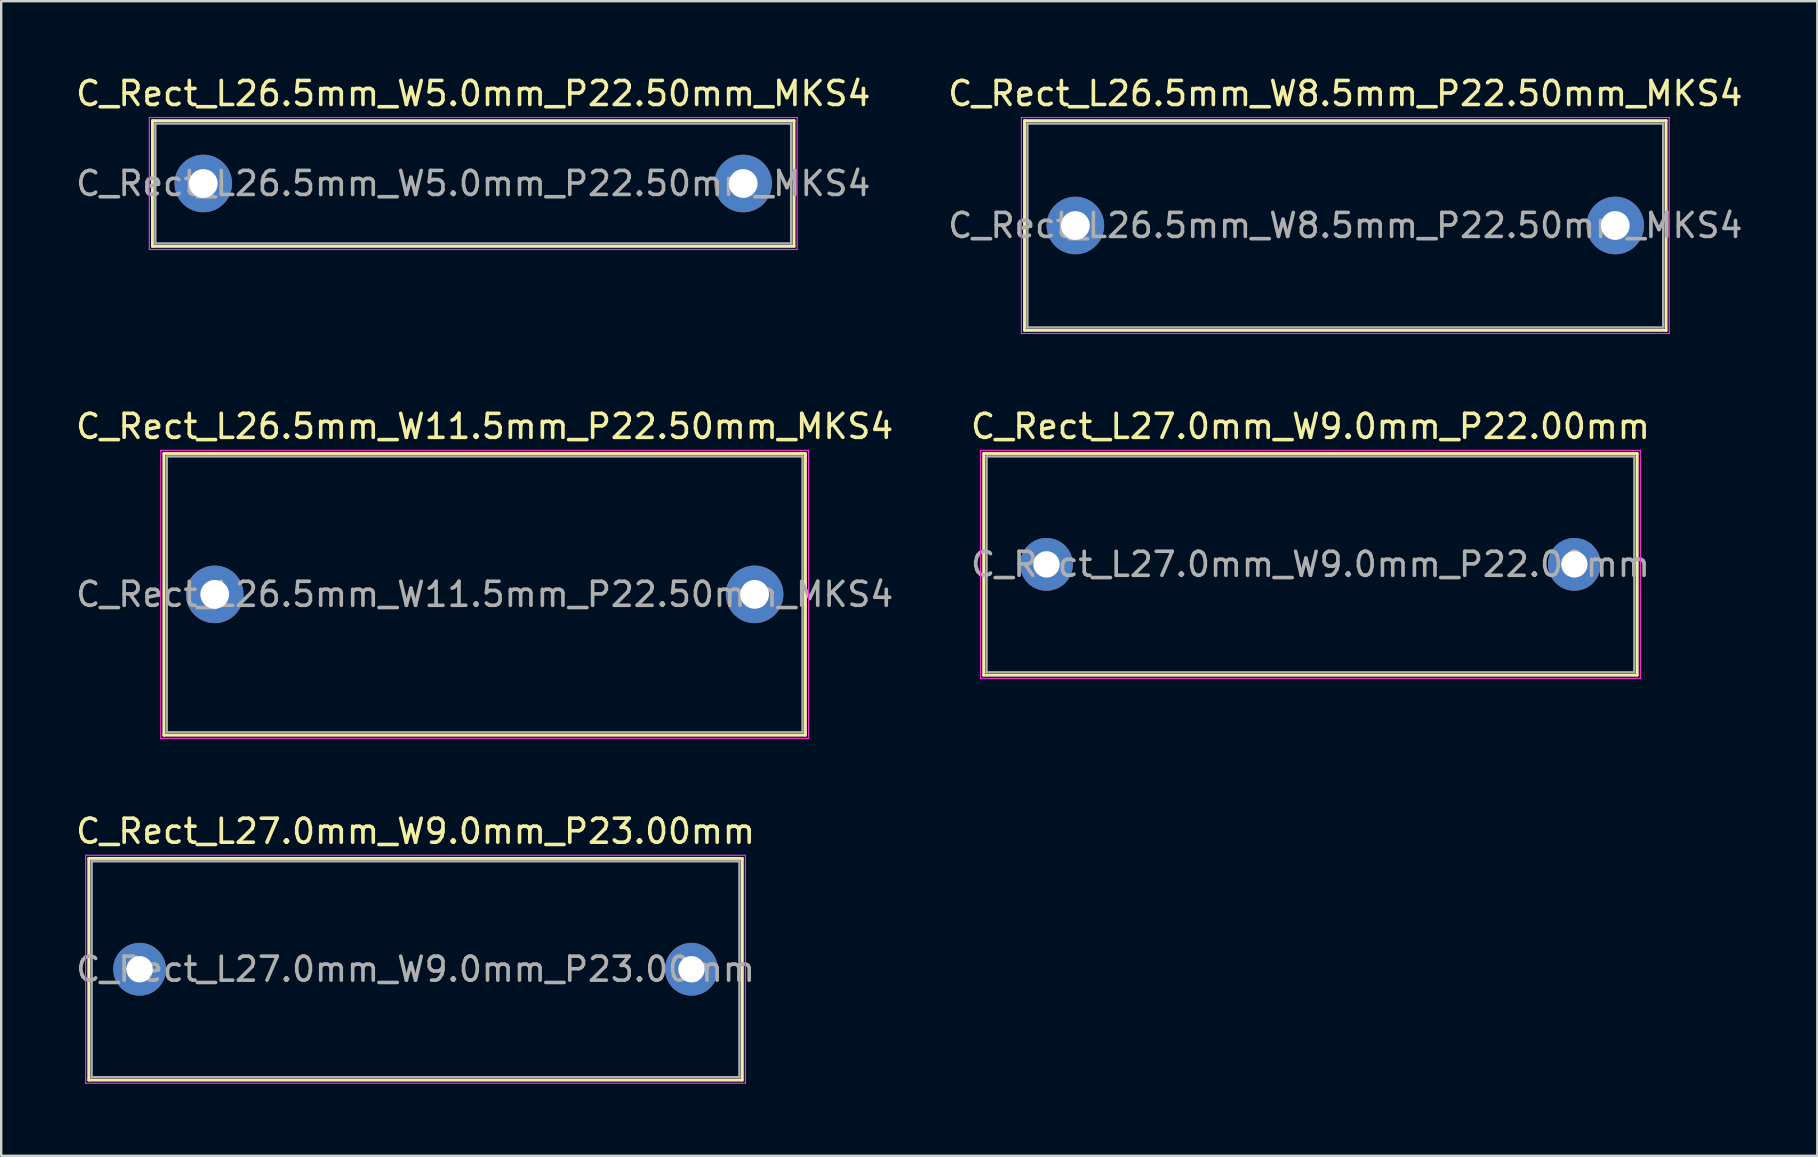
<source format=kicad_pcb>
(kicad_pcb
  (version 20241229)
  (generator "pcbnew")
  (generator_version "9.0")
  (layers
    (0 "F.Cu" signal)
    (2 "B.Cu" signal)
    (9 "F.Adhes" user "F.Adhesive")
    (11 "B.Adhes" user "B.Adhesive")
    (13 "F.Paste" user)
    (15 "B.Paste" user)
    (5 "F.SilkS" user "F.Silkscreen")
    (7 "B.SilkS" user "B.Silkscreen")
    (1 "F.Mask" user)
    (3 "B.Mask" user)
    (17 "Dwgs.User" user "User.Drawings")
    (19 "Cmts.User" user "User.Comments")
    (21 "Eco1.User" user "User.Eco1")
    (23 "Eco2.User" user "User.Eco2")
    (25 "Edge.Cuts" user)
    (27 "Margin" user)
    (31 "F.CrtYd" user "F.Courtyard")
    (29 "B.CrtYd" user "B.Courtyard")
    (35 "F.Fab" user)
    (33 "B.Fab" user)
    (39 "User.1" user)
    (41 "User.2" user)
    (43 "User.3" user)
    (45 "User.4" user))
  (footprint "C_Rect_L26.5mm_W11.5mm_P22.50mm_MKS4"
    (layer "F.Cu")
    (at 5.899 21.721)
    (property "Reference" "C_Rect_L26.5mm_W11.5mm_P22.50mm_MKS4" (at 11.25 -7 0) (layer "F.SilkS") (effects (font (size 1 1) (thickness 0.15))))
    (attr through_hole)
    (fp_line (start -2.12 -5.87) (end -2.12 5.87) (stroke (width 0.12) (type solid)) (layer "F.SilkS"))
    (fp_line (start -2.12 -5.87) (end 24.62 -5.87) (stroke (width 0.12) (type solid)) (layer "F.SilkS"))
    (fp_line (start -2.12 5.87) (end 24.62 5.87) (stroke (width 0.12) (type solid)) (layer "F.SilkS"))
    (fp_line (start 24.62 -5.87) (end 24.62 5.87) (stroke (width 0.12) (type solid)) (layer "F.SilkS"))
    (fp_line (start -2.25 -6) (end -2.25 6) (stroke (width 0.05) (type solid)) (layer "F.CrtYd"))
    (fp_line (start -2.25 6) (end 24.75 6) (stroke (width 0.05) (type solid)) (layer "F.CrtYd"))
    (fp_line (start 24.75 -6) (end -2.25 -6) (stroke (width 0.05) (type solid)) (layer "F.CrtYd"))
    (fp_line (start 24.75 6) (end 24.75 -6) (stroke (width 0.05) (type solid)) (layer "F.CrtYd"))
    (fp_line (start -2 -5.75) (end -2 5.75) (stroke (width 0.1) (type solid)) (layer "F.Fab"))
    (fp_line (start -2 5.75) (end 24.5 5.75) (stroke (width 0.1) (type solid)) (layer "F.Fab"))
    (fp_line (start 24.5 -5.75) (end -2 -5.75) (stroke (width 0.1) (type solid)) (layer "F.Fab"))
    (fp_line (start 24.5 5.75) (end 24.5 -5.75) (stroke (width 0.1) (type solid)) (layer "F.Fab"))
    (fp_text user "${REFERENCE}" (at 11.25 0 0) (layer "F.Fab") (effects (font (size 1 1) (thickness 0.15))))
    (pad "1" thru_hole circle (at 0 0) (size 2.4 2.4) (drill 1.2) (layers "*.Cu" "*.Mask"))
    (pad "2" thru_hole circle (at 22.5 0) (size 2.4 2.4) (drill 1.2) (layers "*.Cu" "*.Mask")))
  (footprint "C_Rect_L26.5mm_W8.5mm_P22.50mm_MKS4"
    (layer "F.Cu")
    (at 41.768 6.348)
    (property "Reference" "C_Rect_L26.5mm_W8.5mm_P22.50mm_MKS4" (at 11.25 -5.5 0) (layer "F.SilkS") (effects (font (size 1 1) (thickness 0.15))))
    (attr through_hole)
    (fp_line (start -2.12 -4.37) (end -2.12 4.37) (stroke (width 0.12) (type solid)) (layer "F.SilkS"))
    (fp_line (start -2.12 -4.37) (end 24.62 -4.37) (stroke (width 0.12) (type solid)) (layer "F.SilkS"))
    (fp_line (start -2.12 4.37) (end 24.62 4.37) (stroke (width 0.12) (type solid)) (layer "F.SilkS"))
    (fp_line (start 24.62 -4.37) (end 24.62 4.37) (stroke (width 0.12) (type solid)) (layer "F.SilkS"))
    (fp_line (start -2.25 -4.5) (end -2.25 4.5) (stroke (width 0.05) (type solid)) (layer "F.CrtYd"))
    (fp_line (start -2.25 4.5) (end 24.75 4.5) (stroke (width 0.05) (type solid)) (layer "F.CrtYd"))
    (fp_line (start 24.75 -4.5) (end -2.25 -4.5) (stroke (width 0.05) (type solid)) (layer "F.CrtYd"))
    (fp_line (start 24.75 4.5) (end 24.75 -4.5) (stroke (width 0.05) (type solid)) (layer "F.CrtYd"))
    (fp_line (start -2 -4.25) (end -2 4.25) (stroke (width 0.1) (type solid)) (layer "F.Fab"))
    (fp_line (start -2 4.25) (end 24.5 4.25) (stroke (width 0.1) (type solid)) (layer "F.Fab"))
    (fp_line (start 24.5 -4.25) (end -2 -4.25) (stroke (width 0.1) (type solid)) (layer "F.Fab"))
    (fp_line (start 24.5 4.25) (end 24.5 -4.25) (stroke (width 0.1) (type solid)) (layer "F.Fab"))
    (fp_text user "${REFERENCE}" (at 11.25 0 0) (layer "F.Fab") (effects (font (size 1 1) (thickness 0.15))))
    (pad "1" thru_hole circle (at 0 0) (size 2.4 2.4) (drill 1.2) (layers "*.Cu" "*.Mask"))
    (pad "2" thru_hole circle (at 22.5 0) (size 2.4 2.4) (drill 1.2) (layers "*.Cu" "*.Mask")))
  (footprint "C_Rect_L27.0mm_W9.0mm_P23.00mm"
    (layer "F.Cu")
    (at 2.768 37.345)
    (property "Reference" "C_Rect_L27.0mm_W9.0mm_P23.00mm" (at 11.5 -5.75 0) (layer "F.SilkS") (effects (font (size 1 1) (thickness 0.15))))
    (attr through_hole)
    (fp_line (start -2.12 -4.62) (end -2.12 4.62) (stroke (width 0.12) (type solid)) (layer "F.SilkS"))
    (fp_line (start -2.12 -4.62) (end 25.12 -4.62) (stroke (width 0.12) (type solid)) (layer "F.SilkS"))
    (fp_line (start -2.12 4.62) (end 25.12 4.62) (stroke (width 0.12) (type solid)) (layer "F.SilkS"))
    (fp_line (start 25.12 -4.62) (end 25.12 4.62) (stroke (width 0.12) (type solid)) (layer "F.SilkS"))
    (fp_line (start -2.25 -4.75) (end -2.25 4.75) (stroke (width 0.05) (type solid)) (layer "F.CrtYd"))
    (fp_line (start -2.25 4.75) (end 25.25 4.75) (stroke (width 0.05) (type solid)) (layer "F.CrtYd"))
    (fp_line (start 25.25 -4.75) (end -2.25 -4.75) (stroke (width 0.05) (type solid)) (layer "F.CrtYd"))
    (fp_line (start 25.25 4.75) (end 25.25 -4.75) (stroke (width 0.05) (type solid)) (layer "F.CrtYd"))
    (fp_line (start -2 -4.5) (end -2 4.5) (stroke (width 0.1) (type solid)) (layer "F.Fab"))
    (fp_line (start -2 4.5) (end 25 4.5) (stroke (width 0.1) (type solid)) (layer "F.Fab"))
    (fp_line (start 25 -4.5) (end -2 -4.5) (stroke (width 0.1) (type solid)) (layer "F.Fab"))
    (fp_line (start 25 4.5) (end 25 -4.5) (stroke (width 0.1) (type solid)) (layer "F.Fab"))
    (fp_text user "${REFERENCE}" (at 11.5 0 0) (layer "F.Fab") (effects (font (size 1 1) (thickness 0.15))))
    (pad "1" thru_hole circle (at 0 0) (size 2.2 2.2) (drill 1.1) (layers "*.Cu" "*.Mask"))
    (pad "2" thru_hole circle (at 23 0) (size 2.2 2.2) (drill 1.1) (layers "*.Cu" "*.Mask")))
  (footprint "C_Rect_L27.0mm_W9.0mm_P22.00mm"
    (layer "F.Cu")
    (at 40.565 20.471)
    (property "Reference" "C_Rect_L27.0mm_W9.0mm_P22.00mm" (at 11 -5.75 0) (layer "F.SilkS") (effects (font (size 1 1) (thickness 0.15))))
    (attr through_hole)
    (fp_line (start -2.62 -4.62) (end -2.62 4.62) (stroke (width 0.12) (type solid)) (layer "F.SilkS"))
    (fp_line (start -2.62 -4.62) (end 24.62 -4.62) (stroke (width 0.12) (type solid)) (layer "F.SilkS"))
    (fp_line (start -2.62 4.62) (end 24.62 4.62) (stroke (width 0.12) (type solid)) (layer "F.SilkS"))
    (fp_line (start 24.62 -4.62) (end 24.62 4.62) (stroke (width 0.12) (type solid)) (layer "F.SilkS"))
    (fp_line (start -2.75 -4.75) (end -2.75 4.75) (stroke (width 0.05) (type solid)) (layer "F.CrtYd"))
    (fp_line (start -2.75 4.75) (end 24.75 4.75) (stroke (width 0.05) (type solid)) (layer "F.CrtYd"))
    (fp_line (start 24.75 -4.75) (end -2.75 -4.75) (stroke (width 0.05) (type solid)) (layer "F.CrtYd"))
    (fp_line (start 24.75 4.75) (end 24.75 -4.75) (stroke (width 0.05) (type solid)) (layer "F.CrtYd"))
    (fp_line (start -2.5 -4.5) (end -2.5 4.5) (stroke (width 0.1) (type solid)) (layer "F.Fab"))
    (fp_line (start -2.5 4.5) (end 24.5 4.5) (stroke (width 0.1) (type solid)) (layer "F.Fab"))
    (fp_line (start 24.5 -4.5) (end -2.5 -4.5) (stroke (width 0.1) (type solid)) (layer "F.Fab"))
    (fp_line (start 24.5 4.5) (end 24.5 -4.5) (stroke (width 0.1) (type solid)) (layer "F.Fab"))
    (fp_text user "${REFERENCE}" (at 11 0 0) (layer "F.Fab") (effects (font (size 1 1) (thickness 0.15))))
    (pad "1" thru_hole circle (at 0 0) (size 2.2 2.2) (drill 1.1) (layers "*.Cu" "*.Mask"))
    (pad "2" thru_hole circle (at 22 0) (size 2.2 2.2) (drill 1.1) (layers "*.Cu" "*.Mask")))
  (footprint "C_Rect_L26.5mm_W5.0mm_P22.50mm_MKS4"
    (layer "F.Cu")
    (at 5.423 4.598)
    (property "Reference" "C_Rect_L26.5mm_W5.0mm_P22.50mm_MKS4" (at 11.25 -3.75 0) (layer "F.SilkS") (effects (font (size 1 1) (thickness 0.15))))
    (attr through_hole)
    (fp_line (start -2.12 -2.62) (end -2.12 2.62) (stroke (width 0.12) (type solid)) (layer "F.SilkS"))
    (fp_line (start -2.12 -2.62) (end 24.62 -2.62) (stroke (width 0.12) (type solid)) (layer "F.SilkS"))
    (fp_line (start -2.12 2.62) (end 24.62 2.62) (stroke (width 0.12) (type solid)) (layer "F.SilkS"))
    (fp_line (start 24.62 -2.62) (end 24.62 2.62) (stroke (width 0.12) (type solid)) (layer "F.SilkS"))
    (fp_line (start -2.25 -2.75) (end -2.25 2.75) (stroke (width 0.05) (type solid)) (layer "F.CrtYd"))
    (fp_line (start -2.25 2.75) (end 24.75 2.75) (stroke (width 0.05) (type solid)) (layer "F.CrtYd"))
    (fp_line (start 24.75 -2.75) (end -2.25 -2.75) (stroke (width 0.05) (type solid)) (layer "F.CrtYd"))
    (fp_line (start 24.75 2.75) (end 24.75 -2.75) (stroke (width 0.05) (type solid)) (layer "F.CrtYd"))
    (fp_line (start -2 -2.5) (end -2 2.5) (stroke (width 0.1) (type solid)) (layer "F.Fab"))
    (fp_line (start -2 2.5) (end 24.5 2.5) (stroke (width 0.1) (type solid)) (layer "F.Fab"))
    (fp_line (start 24.5 -2.5) (end -2 -2.5) (stroke (width 0.1) (type solid)) (layer "F.Fab"))
    (fp_line (start 24.5 2.5) (end 24.5 -2.5) (stroke (width 0.1) (type solid)) (layer "F.Fab"))
    (fp_text user "${REFERENCE}" (at 11.25 0 0) (layer "F.Fab") (effects (font (size 1 1) (thickness 0.15))))
    (pad "1" thru_hole circle (at 0 0) (size 2.4 2.4) (drill 1.2) (layers "*.Cu" "*.Mask"))
    (pad "2" thru_hole circle (at 22.5 0) (size 2.4 2.4) (drill 1.2) (layers "*.Cu" "*.Mask")))
  (gr_rect
    (start -3 -3)
    (end 72.69 45.12)
    (stroke (width 0.1) (type default))
    (fill no)
    (layer "Edge.Cuts")))
</source>
